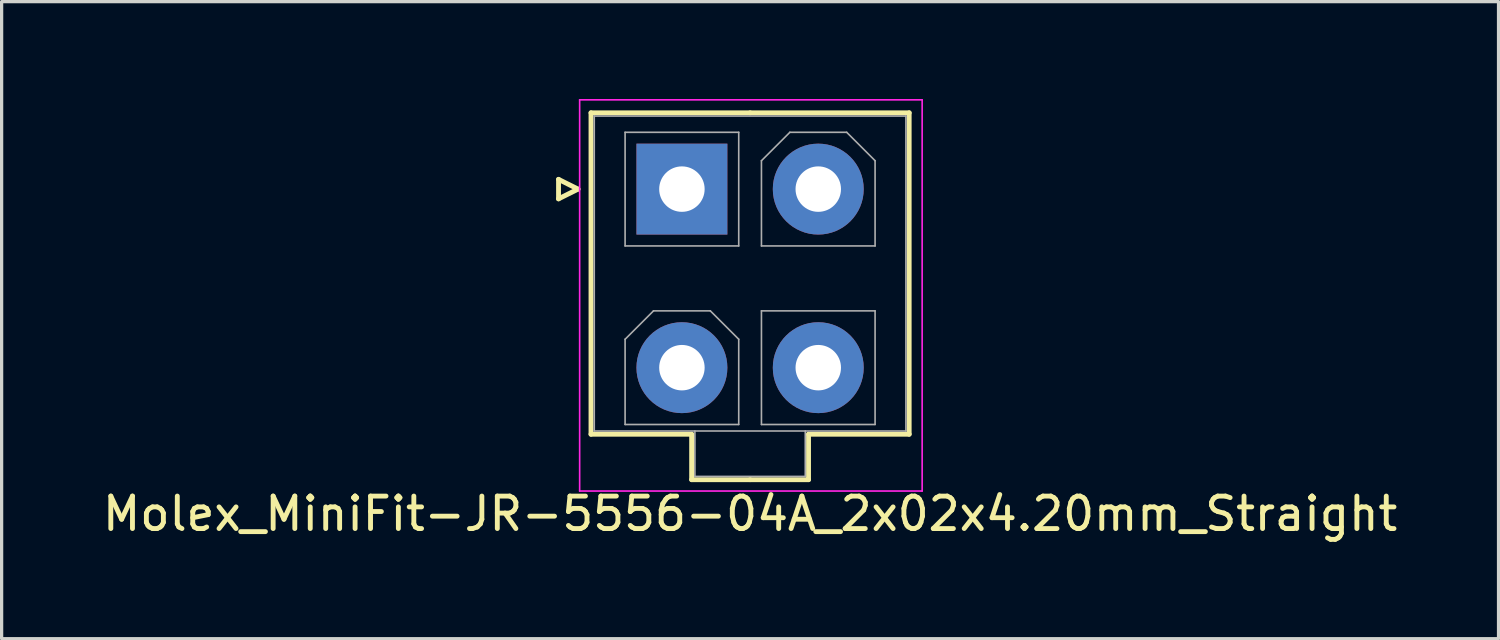
<source format=kicad_pcb>
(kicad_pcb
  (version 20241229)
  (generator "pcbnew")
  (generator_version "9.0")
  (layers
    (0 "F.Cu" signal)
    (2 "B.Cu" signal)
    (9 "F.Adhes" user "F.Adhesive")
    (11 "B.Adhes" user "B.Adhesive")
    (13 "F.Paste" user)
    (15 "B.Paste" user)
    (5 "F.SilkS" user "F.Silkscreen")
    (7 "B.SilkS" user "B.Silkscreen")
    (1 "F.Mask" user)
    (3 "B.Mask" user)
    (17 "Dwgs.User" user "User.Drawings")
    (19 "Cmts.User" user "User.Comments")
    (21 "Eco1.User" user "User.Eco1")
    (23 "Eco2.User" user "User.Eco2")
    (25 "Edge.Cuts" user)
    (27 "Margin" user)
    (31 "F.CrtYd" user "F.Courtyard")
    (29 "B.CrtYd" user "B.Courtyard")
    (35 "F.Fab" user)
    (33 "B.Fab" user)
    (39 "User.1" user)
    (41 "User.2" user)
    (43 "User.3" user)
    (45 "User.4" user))
  (footprint "Molex_MiniFit-JR-5556-04A_2x02x4.20mm_Straight"
    (layer "F.Cu")
    (at 17.954 2.775)
    (property "Reference" "Molex_MiniFit-JR-5556-04A_2x02x4.20mm_Straight" (at 2.1 10 0) (layer "F.SilkS") (effects (font (size 1 1) (thickness 0.15))))
    (attr through_hole)
    (fp_line (start -3.8 -0.3) (end -3.2 0) (stroke (width 0.15) (type solid)) (layer "F.SilkS"))
    (fp_line (start -3.8 0.3) (end -3.8 -0.3) (stroke (width 0.15) (type solid)) (layer "F.SilkS"))
    (fp_line (start -3.2 0) (end -3.8 0.3) (stroke (width 0.15) (type solid)) (layer "F.SilkS"))
    (fp_line (start -2.8 -2.35) (end -2.8 7.55) (stroke (width 0.15) (type solid)) (layer "F.SilkS"))
    (fp_line (start -2.8 7.55) (end 0.3 7.55) (stroke (width 0.15) (type solid)) (layer "F.SilkS"))
    (fp_line (start 0.3 7.55) (end 0.3 8.95) (stroke (width 0.15) (type solid)) (layer "F.SilkS"))
    (fp_line (start 0.3 8.95) (end 2.1 8.95) (stroke (width 0.15) (type solid)) (layer "F.SilkS"))
    (fp_line (start 2.1 -2.35) (end -2.8 -2.35) (stroke (width 0.15) (type solid)) (layer "F.SilkS"))
    (fp_line (start 2.1 -2.35) (end 7 -2.35) (stroke (width 0.15) (type solid)) (layer "F.SilkS"))
    (fp_line (start 3.9 7.55) (end 3.9 8.95) (stroke (width 0.15) (type solid)) (layer "F.SilkS"))
    (fp_line (start 3.9 8.95) (end 2.1 8.95) (stroke (width 0.15) (type solid)) (layer "F.SilkS"))
    (fp_line (start 7 -2.35) (end 7 7.55) (stroke (width 0.15) (type solid)) (layer "F.SilkS"))
    (fp_line (start 7 7.55) (end 3.9 7.55) (stroke (width 0.15) (type solid)) (layer "F.SilkS"))
    (fp_line (start -3.15 -2.75) (end -3.15 9.3) (stroke (width 0.05) (type solid)) (layer "F.CrtYd"))
    (fp_line (start -3.15 9.3) (end 7.4 9.3) (stroke (width 0.05) (type solid)) (layer "F.CrtYd"))
    (fp_line (start 7.4 -2.75) (end -3.15 -2.75) (stroke (width 0.05) (type solid)) (layer "F.CrtYd"))
    (fp_line (start 7.4 9.3) (end 7.4 -2.75) (stroke (width 0.05) (type solid)) (layer "F.CrtYd"))
    (fp_line (start -2.7 -2.25) (end -2.7 7.45) (stroke (width 0.05) (type solid)) (layer "F.Fab"))
    (fp_line (start -2.7 7.45) (end 6.9 7.45) (stroke (width 0.05) (type solid)) (layer "F.Fab"))
    (fp_line (start -1.75 -1.75) (end -1.75 1.75) (stroke (width 0.05) (type solid)) (layer "F.Fab"))
    (fp_line (start -1.75 1.75) (end 1.75 1.75) (stroke (width 0.05) (type solid)) (layer "F.Fab"))
    (fp_line (start -1.75 4.625) (end -0.875 3.75) (stroke (width 0.05) (type solid)) (layer "F.Fab"))
    (fp_line (start -1.75 7.25) (end -1.75 4.625) (stroke (width 0.05) (type solid)) (layer "F.Fab"))
    (fp_line (start -0.875 3.75) (end 0.875 3.75) (stroke (width 0.05) (type solid)) (layer "F.Fab"))
    (fp_line (start 0.4 7.45) (end 0.4 8.85) (stroke (width 0.05) (type solid)) (layer "F.Fab"))
    (fp_line (start 0.4 8.85) (end 3.8 8.85) (stroke (width 0.05) (type solid)) (layer "F.Fab"))
    (fp_line (start 0.875 3.75) (end 1.75 4.625) (stroke (width 0.05) (type solid)) (layer "F.Fab"))
    (fp_line (start 1.75 -1.75) (end -1.75 -1.75) (stroke (width 0.05) (type solid)) (layer "F.Fab"))
    (fp_line (start 1.75 1.75) (end 1.75 -1.75) (stroke (width 0.05) (type solid)) (layer "F.Fab"))
    (fp_line (start 1.75 4.625) (end 1.75 7.25) (stroke (width 0.05) (type solid)) (layer "F.Fab"))
    (fp_line (start 1.75 7.25) (end -1.75 7.25) (stroke (width 0.05) (type solid)) (layer "F.Fab"))
    (fp_line (start 2.45 -0.875) (end 3.325 -1.75) (stroke (width 0.05) (type solid)) (layer "F.Fab"))
    (fp_line (start 2.45 1.75) (end 2.45 -0.875) (stroke (width 0.05) (type solid)) (layer "F.Fab"))
    (fp_line (start 2.45 3.75) (end 2.45 7.25) (stroke (width 0.05) (type solid)) (layer "F.Fab"))
    (fp_line (start 2.45 7.25) (end 5.95 7.25) (stroke (width 0.05) (type solid)) (layer "F.Fab"))
    (fp_line (start 3.325 -1.75) (end 5.075 -1.75) (stroke (width 0.05) (type solid)) (layer "F.Fab"))
    (fp_line (start 3.8 8.85) (end 3.8 7.45) (stroke (width 0.05) (type solid)) (layer "F.Fab"))
    (fp_line (start 5.075 -1.75) (end 5.95 -0.875) (stroke (width 0.05) (type solid)) (layer "F.Fab"))
    (fp_line (start 5.95 -0.875) (end 5.95 1.75) (stroke (width 0.05) (type solid)) (layer "F.Fab"))
    (fp_line (start 5.95 1.75) (end 2.45 1.75) (stroke (width 0.05) (type solid)) (layer "F.Fab"))
    (fp_line (start 5.95 3.75) (end 2.45 3.75) (stroke (width 0.05) (type solid)) (layer "F.Fab"))
    (fp_line (start 5.95 7.25) (end 5.95 3.75) (stroke (width 0.05) (type solid)) (layer "F.Fab"))
    (fp_line (start 6.9 -2.25) (end -2.7 -2.25) (stroke (width 0.05) (type solid)) (layer "F.Fab"))
    (fp_line (start 6.9 7.45) (end 6.9 -2.25) (stroke (width 0.05) (type solid)) (layer "F.Fab"))
    (pad "1" thru_hole rect (at 0 0) (size 2.8 2.8) (drill 1.4) (layers "*.Cu" "*.Mask"))
    (pad "2" thru_hole circle (at 4.2 0) (size 2.8 2.8) (drill 1.4) (layers "*.Cu" "*.Mask"))
    (pad "3" thru_hole circle (at 0 5.5) (size 2.8 2.8) (drill 1.4) (layers "*.Cu" "*.Mask"))
    (pad "4" thru_hole circle (at 4.2 5.5) (size 2.8 2.8) (drill 1.4) (layers "*.Cu" "*.Mask")))
  (gr_rect
    (start -3 -3)
    (end 43.107 16.623)
    (stroke (width 0.1) (type default))
    (fill no)
    (layer "Edge.Cuts")))
</source>
